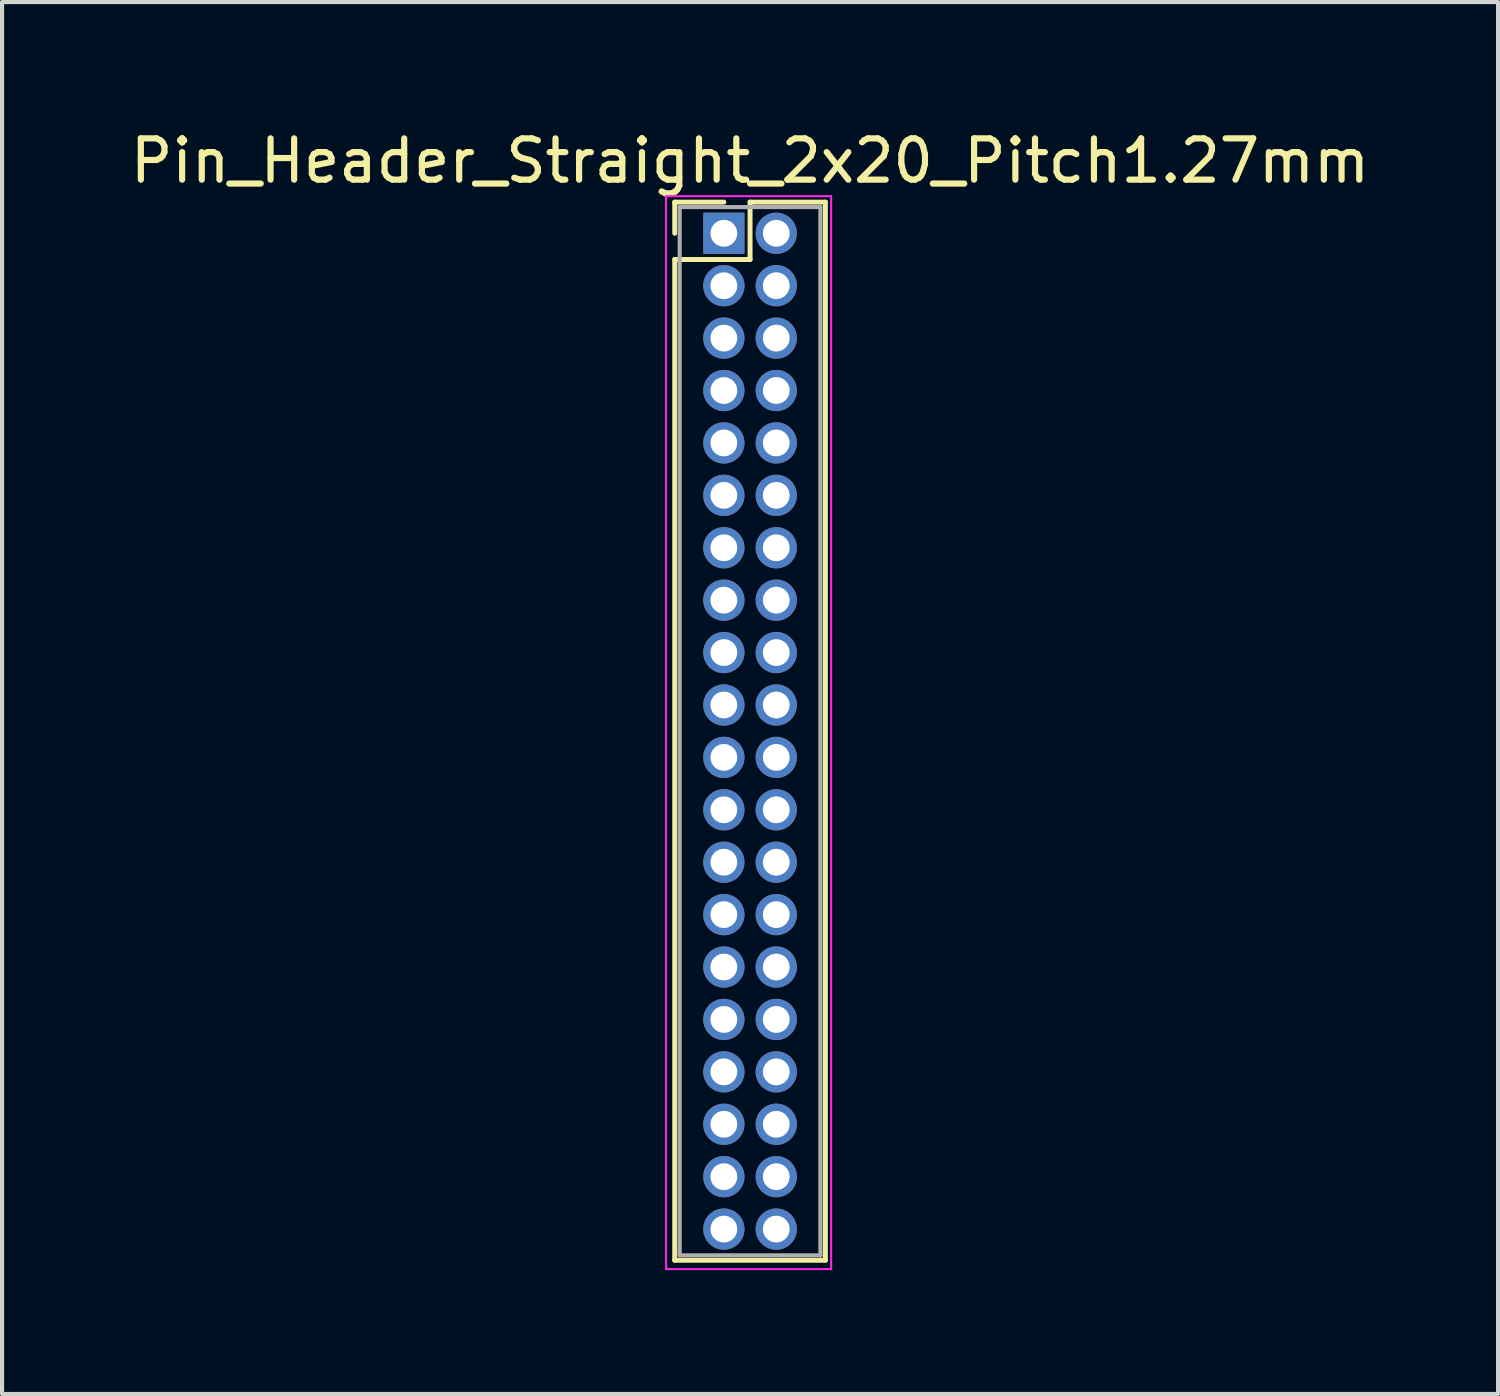
<source format=kicad_pcb>
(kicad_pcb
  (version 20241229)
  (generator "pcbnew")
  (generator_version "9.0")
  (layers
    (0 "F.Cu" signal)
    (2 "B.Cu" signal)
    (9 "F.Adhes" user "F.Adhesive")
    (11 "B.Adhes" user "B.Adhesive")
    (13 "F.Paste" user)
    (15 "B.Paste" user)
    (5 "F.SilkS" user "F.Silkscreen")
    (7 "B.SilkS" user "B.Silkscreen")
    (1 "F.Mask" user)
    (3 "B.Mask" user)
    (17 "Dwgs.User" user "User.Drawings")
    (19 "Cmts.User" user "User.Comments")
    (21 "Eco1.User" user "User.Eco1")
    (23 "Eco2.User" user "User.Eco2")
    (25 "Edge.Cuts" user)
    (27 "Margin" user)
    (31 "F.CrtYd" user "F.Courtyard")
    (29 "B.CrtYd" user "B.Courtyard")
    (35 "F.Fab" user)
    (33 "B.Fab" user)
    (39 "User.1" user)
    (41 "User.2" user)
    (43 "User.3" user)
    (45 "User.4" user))
  (footprint "Pin_Header_Straight_2x20_Pitch1.27mm"
    (layer "F.Cu")
    (at 14.49 2.603)
    (property "Reference" "Pin_Header_Straight_2x20_Pitch1.27mm" (at 0.635 -1.755 0) (layer "F.SilkS") (effects (font (size 1 1) (thickness 0.15))))
    (attr through_hole)
    (fp_line (start -1.19 -0.755) (end 0 -0.755) (stroke (width 0.12) (type solid)) (layer "F.SilkS"))
    (fp_line (start -1.19 0) (end -1.19 -0.755) (stroke (width 0.12) (type solid)) (layer "F.SilkS"))
    (fp_line (start -1.19 0.635) (end -1.19 24.885) (stroke (width 0.12) (type solid)) (layer "F.SilkS"))
    (fp_line (start -1.19 24.885) (end 2.46 24.885) (stroke (width 0.12) (type solid)) (layer "F.SilkS"))
    (fp_line (start 0.635 -0.755) (end 0.635 0.635) (stroke (width 0.12) (type solid)) (layer "F.SilkS"))
    (fp_line (start 0.635 0.635) (end -1.19 0.635) (stroke (width 0.12) (type solid)) (layer "F.SilkS"))
    (fp_line (start 2.46 -0.755) (end 0.635 -0.755) (stroke (width 0.12) (type solid)) (layer "F.SilkS"))
    (fp_line (start 2.46 24.885) (end 2.46 -0.755) (stroke (width 0.12) (type solid)) (layer "F.SilkS"))
    (fp_line (start -1.4 -0.9) (end -1.4 25.1) (stroke (width 0.05) (type solid)) (layer "F.CrtYd"))
    (fp_line (start -1.4 25.1) (end 2.6 25.1) (stroke (width 0.05) (type solid)) (layer "F.CrtYd"))
    (fp_line (start 2.6 -0.9) (end -1.4 -0.9) (stroke (width 0.05) (type solid)) (layer "F.CrtYd"))
    (fp_line (start 2.6 25.1) (end 2.6 -0.9) (stroke (width 0.05) (type solid)) (layer "F.CrtYd"))
    (fp_line (start -1.07 -0.635) (end -1.07 24.765) (stroke (width 0.1) (type solid)) (layer "F.Fab"))
    (fp_line (start -1.07 24.765) (end 2.34 24.765) (stroke (width 0.1) (type solid)) (layer "F.Fab"))
    (fp_line (start 2.34 -0.635) (end -1.07 -0.635) (stroke (width 0.1) (type solid)) (layer "F.Fab"))
    (fp_line (start 2.34 24.765) (end 2.34 -0.635) (stroke (width 0.1) (type solid)) (layer "F.Fab"))
    (pad "1" thru_hole rect (at 0 0) (size 1 1) (drill 0.65) (layers "*.Cu" "*.Mask"))
    (pad "2" thru_hole oval (at 1.27 0) (size 1 1) (drill 0.65) (layers "*.Cu" "*.Mask"))
    (pad "3" thru_hole oval (at 0 1.27) (size 1 1) (drill 0.65) (layers "*.Cu" "*.Mask"))
    (pad "4" thru_hole oval (at 1.27 1.27) (size 1 1) (drill 0.65) (layers "*.Cu" "*.Mask"))
    (pad "5" thru_hole oval (at 0 2.54) (size 1 1) (drill 0.65) (layers "*.Cu" "*.Mask"))
    (pad "6" thru_hole oval (at 1.27 2.54) (size 1 1) (drill 0.65) (layers "*.Cu" "*.Mask"))
    (pad "7" thru_hole oval (at 0 3.81) (size 1 1) (drill 0.65) (layers "*.Cu" "*.Mask"))
    (pad "8" thru_hole oval (at 1.27 3.81) (size 1 1) (drill 0.65) (layers "*.Cu" "*.Mask"))
    (pad "9" thru_hole oval (at 0 5.08) (size 1 1) (drill 0.65) (layers "*.Cu" "*.Mask"))
    (pad "10" thru_hole oval (at 1.27 5.08) (size 1 1) (drill 0.65) (layers "*.Cu" "*.Mask"))
    (pad "11" thru_hole oval (at 0 6.35) (size 1 1) (drill 0.65) (layers "*.Cu" "*.Mask"))
    (pad "12" thru_hole oval (at 1.27 6.35) (size 1 1) (drill 0.65) (layers "*.Cu" "*.Mask"))
    (pad "13" thru_hole oval (at 0 7.62) (size 1 1) (drill 0.65) (layers "*.Cu" "*.Mask"))
    (pad "14" thru_hole oval (at 1.27 7.62) (size 1 1) (drill 0.65) (layers "*.Cu" "*.Mask"))
    (pad "15" thru_hole oval (at 0 8.89) (size 1 1) (drill 0.65) (layers "*.Cu" "*.Mask"))
    (pad "16" thru_hole oval (at 1.27 8.89) (size 1 1) (drill 0.65) (layers "*.Cu" "*.Mask"))
    (pad "17" thru_hole oval (at 0 10.16) (size 1 1) (drill 0.65) (layers "*.Cu" "*.Mask"))
    (pad "18" thru_hole oval (at 1.27 10.16) (size 1 1) (drill 0.65) (layers "*.Cu" "*.Mask"))
    (pad "19" thru_hole oval (at 0 11.43) (size 1 1) (drill 0.65) (layers "*.Cu" "*.Mask"))
    (pad "20" thru_hole oval (at 1.27 11.43) (size 1 1) (drill 0.65) (layers "*.Cu" "*.Mask"))
    (pad "21" thru_hole oval (at 0 12.7) (size 1 1) (drill 0.65) (layers "*.Cu" "*.Mask"))
    (pad "22" thru_hole oval (at 1.27 12.7) (size 1 1) (drill 0.65) (layers "*.Cu" "*.Mask"))
    (pad "23" thru_hole oval (at 0 13.97) (size 1 1) (drill 0.65) (layers "*.Cu" "*.Mask"))
    (pad "24" thru_hole oval (at 1.27 13.97) (size 1 1) (drill 0.65) (layers "*.Cu" "*.Mask"))
    (pad "25" thru_hole oval (at 0 15.24) (size 1 1) (drill 0.65) (layers "*.Cu" "*.Mask"))
    (pad "26" thru_hole oval (at 1.27 15.24) (size 1 1) (drill 0.65) (layers "*.Cu" "*.Mask"))
    (pad "27" thru_hole oval (at 0 16.51) (size 1 1) (drill 0.65) (layers "*.Cu" "*.Mask"))
    (pad "28" thru_hole oval (at 1.27 16.51) (size 1 1) (drill 0.65) (layers "*.Cu" "*.Mask"))
    (pad "29" thru_hole oval (at 0 17.78) (size 1 1) (drill 0.65) (layers "*.Cu" "*.Mask"))
    (pad "30" thru_hole oval (at 1.27 17.78) (size 1 1) (drill 0.65) (layers "*.Cu" "*.Mask"))
    (pad "31" thru_hole oval (at 0 19.05) (size 1 1) (drill 0.65) (layers "*.Cu" "*.Mask"))
    (pad "32" thru_hole oval (at 1.27 19.05) (size 1 1) (drill 0.65) (layers "*.Cu" "*.Mask"))
    (pad "33" thru_hole oval (at 0 20.32) (size 1 1) (drill 0.65) (layers "*.Cu" "*.Mask"))
    (pad "34" thru_hole oval (at 1.27 20.32) (size 1 1) (drill 0.65) (layers "*.Cu" "*.Mask"))
    (pad "35" thru_hole oval (at 0 21.59) (size 1 1) (drill 0.65) (layers "*.Cu" "*.Mask"))
    (pad "36" thru_hole oval (at 1.27 21.59) (size 1 1) (drill 0.65) (layers "*.Cu" "*.Mask"))
    (pad "37" thru_hole oval (at 0 22.86) (size 1 1) (drill 0.65) (layers "*.Cu" "*.Mask"))
    (pad "38" thru_hole oval (at 1.27 22.86) (size 1 1) (drill 0.65) (layers "*.Cu" "*.Mask"))
    (pad "39" thru_hole oval (at 0 24.13) (size 1 1) (drill 0.65) (layers "*.Cu" "*.Mask"))
    (pad "40" thru_hole oval (at 1.27 24.13) (size 1 1) (drill 0.65) (layers "*.Cu" "*.Mask")))
  (gr_rect
    (start -3 -3)
    (end 33.25 30.728)
    (stroke (width 0.1) (type default))
    (fill no)
    (layer "Edge.Cuts")))
</source>
